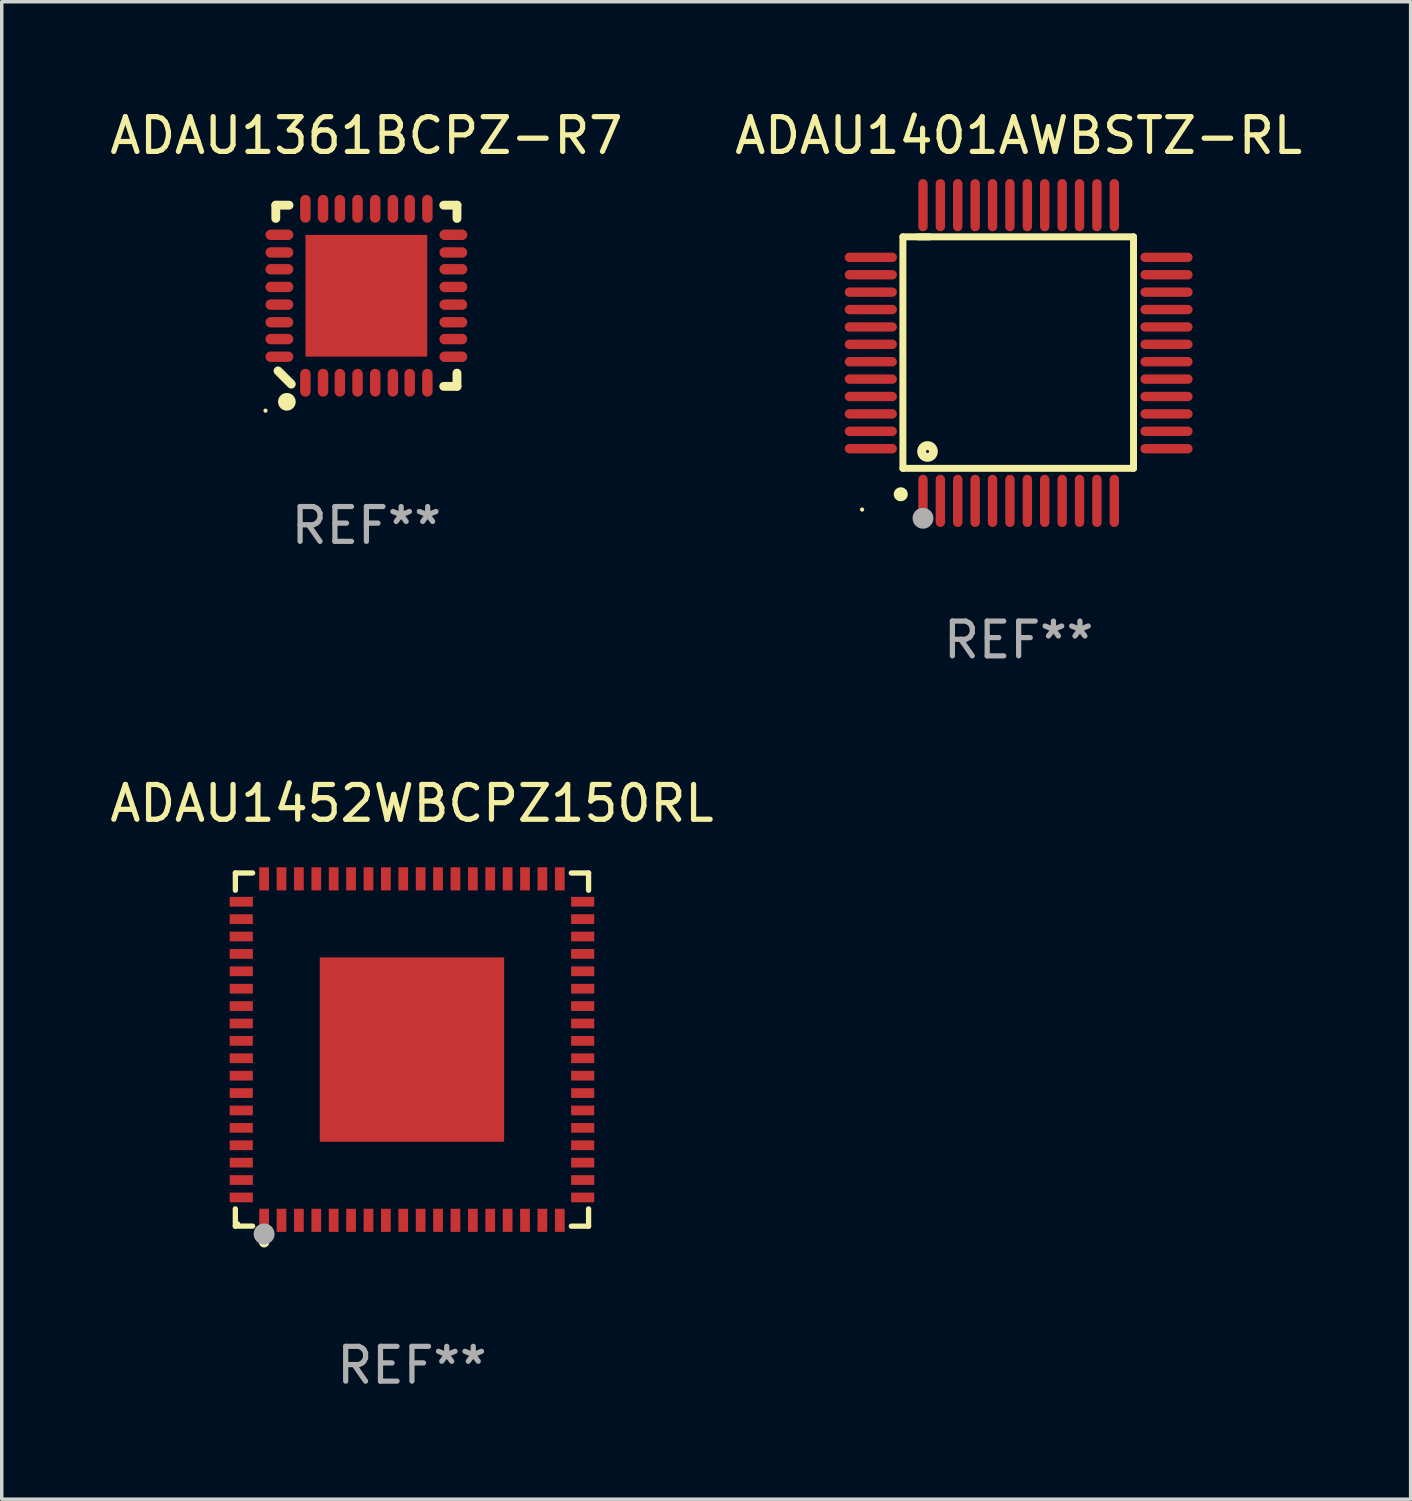
<source format=kicad_pcb>
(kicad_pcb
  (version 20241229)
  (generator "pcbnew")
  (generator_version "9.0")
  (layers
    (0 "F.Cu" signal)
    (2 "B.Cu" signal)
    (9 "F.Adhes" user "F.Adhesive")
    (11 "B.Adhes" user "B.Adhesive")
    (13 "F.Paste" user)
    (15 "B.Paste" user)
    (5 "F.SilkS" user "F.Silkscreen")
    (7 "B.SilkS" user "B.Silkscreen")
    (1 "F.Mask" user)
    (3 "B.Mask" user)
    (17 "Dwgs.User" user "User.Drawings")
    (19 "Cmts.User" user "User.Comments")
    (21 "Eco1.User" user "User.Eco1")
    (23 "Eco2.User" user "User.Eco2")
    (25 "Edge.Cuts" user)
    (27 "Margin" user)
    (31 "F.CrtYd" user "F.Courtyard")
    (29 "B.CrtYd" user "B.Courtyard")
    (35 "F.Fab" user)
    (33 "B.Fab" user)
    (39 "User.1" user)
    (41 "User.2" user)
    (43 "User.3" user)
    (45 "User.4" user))
  (footprint "ADAU1361BCPZ-R7"
    (layer "F.Cu")
    (at 7.482 5.452)
    (property "Reference" "ADAU1361BCPZ-R7" (at 0 -4.604 0) (layer "F.SilkS") (effects (font (size 1 1) (thickness 0.15))))
    (attr through_hole)
    (fp_line (start -2.604 -2.604) (end -2.604 -2.223) (stroke (width 0.254) (type solid)) (layer "F.SilkS"))
    (fp_line (start -2.54 2.159) (end -2.159 2.54) (stroke (width 0.254) (type solid)) (layer "F.SilkS"))
    (fp_line (start -2.223 -2.604) (end -2.604 -2.604) (stroke (width 0.254) (type solid)) (layer "F.SilkS"))
    (fp_line (start 2.223 2.604) (end 2.604 2.604) (stroke (width 0.254) (type solid)) (layer "F.SilkS"))
    (fp_line (start 2.604 -2.604) (end 2.223 -2.604) (stroke (width 0.254) (type solid)) (layer "F.SilkS"))
    (fp_line (start 2.604 -2.223) (end 2.604 -2.604) (stroke (width 0.254) (type solid)) (layer "F.SilkS"))
    (fp_line (start 2.604 2.604) (end 2.604 2.223) (stroke (width 0.254) (type solid)) (layer "F.SilkS"))
    (fp_circle (center -2.9 3.302) (end -2.87 3.302) (stroke (width 0.06) (type solid)) (fill no) (layer "F.SilkS"))
    (fp_circle (center -2.286 3.048) (end -2.159 3.048) (stroke (width 0.254) (type solid)) (fill no) (layer "F.SilkS"))
    (fp_text user "REF**" (at 0 6.604 0) (layer "F.Fab") (effects (font (size 1 1) (thickness 0.15))))
    (pad "1" smd oval (at -1.753 2.5 90) (size 0.8 0.3) (layers "F.Cu" "F.Mask" "F.Paste"))
    (pad "2" smd oval (at -1.245 2.5 90) (size 0.8 0.3) (layers "F.Cu" "F.Mask" "F.Paste"))
    (pad "3" smd oval (at -0.762 2.5 90) (size 0.8 0.3) (layers "F.Cu" "F.Mask" "F.Paste"))
    (pad "4" smd oval (at -0.254 2.5 90) (size 0.8 0.3) (layers "F.Cu" "F.Mask" "F.Paste"))
    (pad "5" smd oval (at 0.254 2.5 90) (size 0.8 0.3) (layers "F.Cu" "F.Mask" "F.Paste"))
    (pad "6" smd oval (at 0.762 2.5 90) (size 0.8 0.3) (layers "F.Cu" "F.Mask" "F.Paste"))
    (pad "7" smd oval (at 1.245 2.5 90) (size 0.8 0.3) (layers "F.Cu" "F.Mask" "F.Paste"))
    (pad "8" smd oval (at 1.753 2.5 90) (size 0.8 0.3) (layers "F.Cu" "F.Mask" "F.Paste"))
    (pad "9" smd oval (at 2.5 1.753 180) (size 0.8 0.3) (layers "F.Cu" "F.Mask" "F.Paste"))
    (pad "10" smd oval (at 2.5 1.245 180) (size 0.8 0.3) (layers "F.Cu" "F.Mask" "F.Paste"))
    (pad "11" smd oval (at 2.5 0.762 180) (size 0.8 0.3) (layers "F.Cu" "F.Mask" "F.Paste"))
    (pad "12" smd oval (at 2.5 0.254 180) (size 0.8 0.3) (layers "F.Cu" "F.Mask" "F.Paste"))
    (pad "13" smd oval (at 2.5 -0.254 180) (size 0.8 0.3) (layers "F.Cu" "F.Mask" "F.Paste"))
    (pad "14" smd oval (at 2.5 -0.762 180) (size 0.8 0.3) (layers "F.Cu" "F.Mask" "F.Paste"))
    (pad "15" smd oval (at 2.5 -1.245 180) (size 0.8 0.3) (layers "F.Cu" "F.Mask" "F.Paste"))
    (pad "16" smd oval (at 2.5 -1.753 180) (size 0.8 0.3) (layers "F.Cu" "F.Mask" "F.Paste"))
    (pad "17" smd oval (at 1.753 -2.5 270) (size 0.8 0.3) (layers "F.Cu" "F.Mask" "F.Paste"))
    (pad "18" smd oval (at 1.245 -2.5 270) (size 0.8 0.3) (layers "F.Cu" "F.Mask" "F.Paste"))
    (pad "19" smd oval (at 0.762 -2.5 270) (size 0.8 0.3) (layers "F.Cu" "F.Mask" "F.Paste"))
    (pad "20" smd oval (at 0.254 -2.5 270) (size 0.8 0.3) (layers "F.Cu" "F.Mask" "F.Paste"))
    (pad "21" smd oval (at -0.254 -2.5 270) (size 0.8 0.3) (layers "F.Cu" "F.Mask" "F.Paste"))
    (pad "22" smd oval (at -0.762 -2.5 270) (size 0.8 0.3) (layers "F.Cu" "F.Mask" "F.Paste"))
    (pad "23" smd oval (at -1.245 -2.5 270) (size 0.8 0.3) (layers "F.Cu" "F.Mask" "F.Paste"))
    (pad "24" smd oval (at -1.753 -2.5 270) (size 0.8 0.3) (layers "F.Cu" "F.Mask" "F.Paste"))
    (pad "25" smd oval (at -2.5 -1.753) (size 0.8 0.3) (layers "F.Cu" "F.Mask" "F.Paste"))
    (pad "26" smd oval (at -2.5 -1.245) (size 0.8 0.3) (layers "F.Cu" "F.Mask" "F.Paste"))
    (pad "27" smd oval (at -2.5 -0.762) (size 0.8 0.3) (layers "F.Cu" "F.Mask" "F.Paste"))
    (pad "28" smd oval (at -2.5 -0.254) (size 0.8 0.3) (layers "F.Cu" "F.Mask" "F.Paste"))
    (pad "29" smd oval (at -2.5 0.254) (size 0.8 0.3) (layers "F.Cu" "F.Mask" "F.Paste"))
    (pad "30" smd oval (at -2.5 0.762) (size 0.8 0.3) (layers "F.Cu" "F.Mask" "F.Paste"))
    (pad "31" smd oval (at -2.5 1.245) (size 0.8 0.3) (layers "F.Cu" "F.Mask" "F.Paste"))
    (pad "32" smd oval (at -2.5 1.753) (size 0.8 0.3) (layers "F.Cu" "F.Mask" "F.Paste"))
    (pad "33" smd rect (at 0 -0.000025 90) (size 3.5 3.5) (layers "F.Cu" "F.Mask" "F.Paste")))
  (footprint "ADAU1452WBCPZ150RL"
    (layer "F.Cu")
    (at 8.792 27.121)
    (property "Reference" "ADAU1452WBCPZ150RL" (at 0 -7.076 0) (layer "F.SilkS") (effects (font (size 1 1) (thickness 0.15))))
    (attr through_hole)
    (fp_line (start -5.077 4.58) (end -5.077 5.075) (stroke (width 0.152) (type solid)) (layer "F.SilkS"))
    (fp_line (start -5.077 5.075) (end -4.581 5.075) (stroke (width 0.152) (type solid)) (layer "F.SilkS"))
    (fp_line (start -5.076 -5.076) (end -4.58 -5.076) (stroke (width 0.152) (type solid)) (layer "F.SilkS"))
    (fp_line (start -5.076 -4.58) (end -5.076 -5.076) (stroke (width 0.152) (type solid)) (layer "F.SilkS"))
    (fp_line (start 5.077 -5.076) (end 4.581 -5.076) (stroke (width 0.152) (type solid)) (layer "F.SilkS"))
    (fp_line (start 5.077 -4.58) (end 5.077 -5.076) (stroke (width 0.152) (type solid)) (layer "F.SilkS"))
    (fp_line (start 5.077 4.58) (end 5.077 5.076) (stroke (width 0.152) (type solid)) (layer "F.SilkS"))
    (fp_line (start 5.077 5.076) (end 4.581 5.076) (stroke (width 0.152) (type solid)) (layer "F.SilkS"))
    (fp_circle (center -5 5) (end -4.97 5) (stroke (width 0.06) (type solid)) (fill no) (layer "F.SilkS"))
    (fp_circle (center -4.25 5.54) (end -4.175 5.54) (stroke (width 0.15) (type solid)) (fill no) (layer "F.SilkS"))
    (fp_circle (center -4.25 5.3) (end -4.099 5.3) (stroke (width 0.3) (type solid)) (fill no) (layer "F.Fab"))
    (fp_text user "REF**" (at 0 9.076 0) (layer "F.Fab") (effects (font (size 1 1) (thickness 0.15))))
    (pad "1" smd rect (at -4.25 4.908) (size 0.28 0.665) (layers "F.Cu" "F.Mask" "F.Paste"))
    (pad "2" smd rect (at -3.75 4.908) (size 0.28 0.665) (layers "F.Cu" "F.Mask" "F.Paste"))
    (pad "3" smd rect (at -3.25 4.908) (size 0.28 0.665) (layers "F.Cu" "F.Mask" "F.Paste"))
    (pad "4" smd rect (at -2.75 4.908) (size 0.28 0.665) (layers "F.Cu" "F.Mask" "F.Paste"))
    (pad "5" smd rect (at -2.25 4.908) (size 0.28 0.665) (layers "F.Cu" "F.Mask" "F.Paste"))
    (pad "6" smd rect (at -1.75 4.908) (size 0.28 0.665) (layers "F.Cu" "F.Mask" "F.Paste"))
    (pad "7" smd rect (at -1.25 4.908) (size 0.28 0.665) (layers "F.Cu" "F.Mask" "F.Paste"))
    (pad "8" smd rect (at -0.75 4.908) (size 0.28 0.665) (layers "F.Cu" "F.Mask" "F.Paste"))
    (pad "9" smd rect (at -0.25 4.908) (size 0.28 0.665) (layers "F.Cu" "F.Mask" "F.Paste"))
    (pad "10" smd rect (at 0.25 4.908) (size 0.28 0.665) (layers "F.Cu" "F.Mask" "F.Paste"))
    (pad "11" smd rect (at 0.75 4.908) (size 0.28 0.665) (layers "F.Cu" "F.Mask" "F.Paste"))
    (pad "12" smd rect (at 1.25 4.908) (size 0.28 0.665) (layers "F.Cu" "F.Mask" "F.Paste"))
    (pad "13" smd rect (at 1.75 4.908) (size 0.28 0.665) (layers "F.Cu" "F.Mask" "F.Paste"))
    (pad "14" smd rect (at 2.25 4.908) (size 0.28 0.665) (layers "F.Cu" "F.Mask" "F.Paste"))
    (pad "15" smd rect (at 2.75 4.908) (size 0.28 0.665) (layers "F.Cu" "F.Mask" "F.Paste"))
    (pad "16" smd rect (at 3.25 4.908) (size 0.28 0.665) (layers "F.Cu" "F.Mask" "F.Paste"))
    (pad "17" smd rect (at 3.75 4.908) (size 0.28 0.665) (layers "F.Cu" "F.Mask" "F.Paste"))
    (pad "18" smd rect (at 4.25 4.908) (size 0.28 0.665) (layers "F.Cu" "F.Mask" "F.Paste"))
    (pad "19" smd rect (at 4.908 4.25) (size 0.665 0.28) (layers "F.Cu" "F.Mask" "F.Paste"))
    (pad "20" smd rect (at 4.908 3.75) (size 0.665 0.28) (layers "F.Cu" "F.Mask" "F.Paste"))
    (pad "21" smd rect (at 4.908 3.25) (size 0.665 0.28) (layers "F.Cu" "F.Mask" "F.Paste"))
    (pad "22" smd rect (at 4.908 2.75) (size 0.665 0.28) (layers "F.Cu" "F.Mask" "F.Paste"))
    (pad "23" smd rect (at 4.908 2.25) (size 0.665 0.28) (layers "F.Cu" "F.Mask" "F.Paste"))
    (pad "24" smd rect (at 4.908 1.75) (size 0.665 0.28) (layers "F.Cu" "F.Mask" "F.Paste"))
    (pad "25" smd rect (at 4.908 1.25) (size 0.665 0.28) (layers "F.Cu" "F.Mask" "F.Paste"))
    (pad "26" smd rect (at 4.908 0.75) (size 0.665 0.28) (layers "F.Cu" "F.Mask" "F.Paste"))
    (pad "27" smd rect (at 4.908 0.25) (size 0.665 0.28) (layers "F.Cu" "F.Mask" "F.Paste"))
    (pad "28" smd rect (at 4.908 -0.25) (size 0.665 0.28) (layers "F.Cu" "F.Mask" "F.Paste"))
    (pad "29" smd rect (at 4.908 -0.75) (size 0.665 0.28) (layers "F.Cu" "F.Mask" "F.Paste"))
    (pad "30" smd rect (at 4.908 -1.25) (size 0.665 0.28) (layers "F.Cu" "F.Mask" "F.Paste"))
    (pad "31" smd rect (at 4.908 -1.75) (size 0.665 0.28) (layers "F.Cu" "F.Mask" "F.Paste"))
    (pad "32" smd rect (at 4.908 -2.25) (size 0.665 0.28) (layers "F.Cu" "F.Mask" "F.Paste"))
    (pad "33" smd rect (at 4.908 -2.75) (size 0.665 0.28) (layers "F.Cu" "F.Mask" "F.Paste"))
    (pad "34" smd rect (at 4.908 -3.25) (size 0.665 0.28) (layers "F.Cu" "F.Mask" "F.Paste"))
    (pad "35" smd rect (at 4.908 -3.75) (size 0.665 0.28) (layers "F.Cu" "F.Mask" "F.Paste"))
    (pad "36" smd rect (at 4.908 -4.25) (size 0.665 0.28) (layers "F.Cu" "F.Mask" "F.Paste"))
    (pad "37" smd rect (at 4.25 -4.908) (size 0.28 0.665) (layers "F.Cu" "F.Mask" "F.Paste"))
    (pad "38" smd rect (at 3.75 -4.908) (size 0.28 0.665) (layers "F.Cu" "F.Mask" "F.Paste"))
    (pad "39" smd rect (at 3.25 -4.908) (size 0.28 0.665) (layers "F.Cu" "F.Mask" "F.Paste"))
    (pad "40" smd rect (at 2.75 -4.908) (size 0.28 0.665) (layers "F.Cu" "F.Mask" "F.Paste"))
    (pad "41" smd rect (at 2.25 -4.908) (size 0.28 0.665) (layers "F.Cu" "F.Mask" "F.Paste"))
    (pad "42" smd rect (at 1.75 -4.908) (size 0.28 0.665) (layers "F.Cu" "F.Mask" "F.Paste"))
    (pad "43" smd rect (at 1.25 -4.908) (size 0.28 0.665) (layers "F.Cu" "F.Mask" "F.Paste"))
    (pad "44" smd rect (at 0.75 -4.908) (size 0.28 0.665) (layers "F.Cu" "F.Mask" "F.Paste"))
    (pad "45" smd rect (at 0.25 -4.908) (size 0.28 0.665) (layers "F.Cu" "F.Mask" "F.Paste"))
    (pad "46" smd rect (at -0.25 -4.908) (size 0.28 0.665) (layers "F.Cu" "F.Mask" "F.Paste"))
    (pad "47" smd rect (at -0.75 -4.908) (size 0.28 0.665) (layers "F.Cu" "F.Mask" "F.Paste"))
    (pad "48" smd rect (at -1.25 -4.908) (size 0.28 0.665) (layers "F.Cu" "F.Mask" "F.Paste"))
    (pad "49" smd rect (at -1.75 -4.908) (size 0.28 0.665) (layers "F.Cu" "F.Mask" "F.Paste"))
    (pad "50" smd rect (at -2.25 -4.908) (size 0.28 0.665) (layers "F.Cu" "F.Mask" "F.Paste"))
    (pad "51" smd rect (at -2.75 -4.908) (size 0.28 0.665) (layers "F.Cu" "F.Mask" "F.Paste"))
    (pad "52" smd rect (at -3.25 -4.908) (size 0.28 0.665) (layers "F.Cu" "F.Mask" "F.Paste"))
    (pad "53" smd rect (at -3.75 -4.908) (size 0.28 0.665) (layers "F.Cu" "F.Mask" "F.Paste"))
    (pad "54" smd rect (at -4.25 -4.908) (size 0.28 0.665) (layers "F.Cu" "F.Mask" "F.Paste"))
    (pad "55" smd rect (at -4.907 -4.25) (size 0.665 0.28) (layers "F.Cu" "F.Mask" "F.Paste"))
    (pad "56" smd rect (at -4.907 -3.75) (size 0.665 0.28) (layers "F.Cu" "F.Mask" "F.Paste"))
    (pad "57" smd rect (at -4.907 -3.25) (size 0.665 0.28) (layers "F.Cu" "F.Mask" "F.Paste"))
    (pad "58" smd rect (at -4.907 -2.75) (size 0.665 0.28) (layers "F.Cu" "F.Mask" "F.Paste"))
    (pad "59" smd rect (at -4.907 -2.25) (size 0.665 0.28) (layers "F.Cu" "F.Mask" "F.Paste"))
    (pad "60" smd rect (at -4.907 -1.75) (size 0.665 0.28) (layers "F.Cu" "F.Mask" "F.Paste"))
    (pad "61" smd rect (at -4.907 -1.25) (size 0.665 0.28) (layers "F.Cu" "F.Mask" "F.Paste"))
    (pad "62" smd rect (at -4.907 -0.75) (size 0.665 0.28) (layers "F.Cu" "F.Mask" "F.Paste"))
    (pad "63" smd rect (at -4.907 -0.25) (size 0.665 0.28) (layers "F.Cu" "F.Mask" "F.Paste"))
    (pad "64" smd rect (at -4.907 0.25) (size 0.665 0.28) (layers "F.Cu" "F.Mask" "F.Paste"))
    (pad "65" smd rect (at -4.907 0.75) (size 0.665 0.28) (layers "F.Cu" "F.Mask" "F.Paste"))
    (pad "66" smd rect (at -4.907 1.25) (size 0.665 0.28) (layers "F.Cu" "F.Mask" "F.Paste"))
    (pad "67" smd rect (at -4.907 1.75) (size 0.665 0.28) (layers "F.Cu" "F.Mask" "F.Paste"))
    (pad "68" smd rect (at -4.907 2.25) (size 0.665 0.28) (layers "F.Cu" "F.Mask" "F.Paste"))
    (pad "69" smd rect (at -4.907 2.75) (size 0.665 0.28) (layers "F.Cu" "F.Mask" "F.Paste"))
    (pad "70" smd rect (at -4.907 3.25) (size 0.665 0.28) (layers "F.Cu" "F.Mask" "F.Paste"))
    (pad "71" smd rect (at -4.907 3.75) (size 0.665 0.28) (layers "F.Cu" "F.Mask" "F.Paste"))
    (pad "72" smd rect (at -4.907 4.25) (size 0.665 0.28) (layers "F.Cu" "F.Mask" "F.Paste"))
    (pad "73" smd rect (at 0.000381 0.000025) (size 5.3 5.3) (layers "F.Cu" "F.Mask" "F.Paste")))
  (footprint "ADAU1401AWBSTZ-RL"
    (layer "F.Cu")
    (at 26.232 7.098)
    (property "Reference" "ADAU1401AWBSTZ-RL" (at 0 -6.25 0) (layer "F.SilkS") (effects (font (size 1 1) (thickness 0.15))))
    (attr through_hole)
    (fp_line (start -3.327 -3.34) (end -2.565 -3.34) (stroke (width 0.2) (type solid)) (layer "F.SilkS"))
    (fp_line (start -3.327 3.315) (end -3.327 -3.34) (stroke (width 0.2) (type solid)) (layer "F.SilkS"))
    (fp_line (start -2.896 -3.34) (end 3.302 -3.34) (stroke (width 0.2) (type solid)) (layer "F.SilkS"))
    (fp_line (start 3.302 -3.34) (end 3.302 3.315) (stroke (width 0.2) (type solid)) (layer "F.SilkS"))
    (fp_line (start 3.302 3.315) (end -3.327 3.315) (stroke (width 0.2) (type solid)) (layer "F.SilkS"))
    (fp_arc (start -3.389992 4.059995) (mid -3.388722 4.059991) (end -3.387452 4.059995) (stroke (width 0.4) (type solid)) (layer "F.SilkS"))
    (fp_circle (center -4.5 4.5) (end -4.47 4.5) (stroke (width 0.06) (type solid)) (fill no) (layer "F.SilkS"))
    (fp_circle (center -2.62 2.83) (end -2.45 2.83) (stroke (width 0.254) (type solid)) (fill no) (layer "F.SilkS"))
    (fp_circle (center -2.75 4.75) (end -2.6 4.75) (stroke (width 0.3) (type solid)) (fill no) (layer "F.Fab"))
    (fp_text user "REF**" (at 0 8.25 0) (layer "F.Fab") (effects (font (size 1 1) (thickness 0.15))))
    (pad "1" smd oval (at -2.75 4.25) (size 0.27 1.5) (layers "F.Cu" "F.Mask" "F.Paste"))
    (pad "2" smd oval (at -2.25 4.25) (size 0.27 1.5) (layers "F.Cu" "F.Mask" "F.Paste"))
    (pad "3" smd oval (at -1.75 4.25) (size 0.27 1.5) (layers "F.Cu" "F.Mask" "F.Paste"))
    (pad "4" smd oval (at -1.25 4.25) (size 0.27 1.5) (layers "F.Cu" "F.Mask" "F.Paste"))
    (pad "5" smd oval (at -0.75 4.25) (size 0.27 1.5) (layers "F.Cu" "F.Mask" "F.Paste"))
    (pad "6" smd oval (at -0.25 4.25) (size 0.27 1.5) (layers "F.Cu" "F.Mask" "F.Paste"))
    (pad "7" smd oval (at 0.25 4.25) (size 0.27 1.5) (layers "F.Cu" "F.Mask" "F.Paste"))
    (pad "8" smd oval (at 0.75 4.25) (size 0.27 1.5) (layers "F.Cu" "F.Mask" "F.Paste"))
    (pad "9" smd oval (at 1.25 4.25) (size 0.27 1.5) (layers "F.Cu" "F.Mask" "F.Paste"))
    (pad "10" smd oval (at 1.75 4.25) (size 0.27 1.5) (layers "F.Cu" "F.Mask" "F.Paste"))
    (pad "11" smd oval (at 2.25 4.25) (size 0.27 1.5) (layers "F.Cu" "F.Mask" "F.Paste"))
    (pad "12" smd oval (at 2.75 4.25) (size 0.27 1.5) (layers "F.Cu" "F.Mask" "F.Paste"))
    (pad "13" smd oval (at 4.25 2.75) (size 1.5 0.27) (layers "F.Cu" "F.Mask" "F.Paste"))
    (pad "14" smd oval (at 4.25 2.25) (size 1.5 0.27) (layers "F.Cu" "F.Mask" "F.Paste"))
    (pad "15" smd oval (at 4.25 1.75) (size 1.5 0.27) (layers "F.Cu" "F.Mask" "F.Paste"))
    (pad "16" smd oval (at 4.25 1.25) (size 1.5 0.27) (layers "F.Cu" "F.Mask" "F.Paste"))
    (pad "17" smd oval (at 4.25 0.75) (size 1.5 0.27) (layers "F.Cu" "F.Mask" "F.Paste"))
    (pad "18" smd oval (at 4.25 0.25) (size 1.5 0.27) (layers "F.Cu" "F.Mask" "F.Paste"))
    (pad "19" smd oval (at 4.25 -0.25) (size 1.5 0.27) (layers "F.Cu" "F.Mask" "F.Paste"))
    (pad "20" smd oval (at 4.25 -0.75) (size 1.5 0.27) (layers "F.Cu" "F.Mask" "F.Paste"))
    (pad "21" smd oval (at 4.25 -1.25) (size 1.5 0.27) (layers "F.Cu" "F.Mask" "F.Paste"))
    (pad "22" smd oval (at 4.25 -1.75) (size 1.5 0.27) (layers "F.Cu" "F.Mask" "F.Paste"))
    (pad "23" smd oval (at 4.25 -2.25) (size 1.5 0.27) (layers "F.Cu" "F.Mask" "F.Paste"))
    (pad "24" smd oval (at 4.25 -2.75) (size 1.5 0.27) (layers "F.Cu" "F.Mask" "F.Paste"))
    (pad "25" smd oval (at 2.75 -4.25) (size 0.27 1.5) (layers "F.Cu" "F.Mask" "F.Paste"))
    (pad "26" smd oval (at 2.25 -4.25) (size 0.27 1.5) (layers "F.Cu" "F.Mask" "F.Paste"))
    (pad "27" smd oval (at 1.75 -4.25) (size 0.27 1.5) (layers "F.Cu" "F.Mask" "F.Paste"))
    (pad "28" smd oval (at 1.25 -4.25) (size 0.27 1.5) (layers "F.Cu" "F.Mask" "F.Paste"))
    (pad "29" smd oval (at 0.75 -4.25) (size 0.27 1.5) (layers "F.Cu" "F.Mask" "F.Paste"))
    (pad "30" smd oval (at 0.25 -4.25) (size 0.27 1.5) (layers "F.Cu" "F.Mask" "F.Paste"))
    (pad "31" smd oval (at -0.25 -4.25) (size 0.27 1.5) (layers "F.Cu" "F.Mask" "F.Paste"))
    (pad "32" smd oval (at -0.75 -4.25) (size 0.27 1.5) (layers "F.Cu" "F.Mask" "F.Paste"))
    (pad "33" smd oval (at -1.25 -4.25) (size 0.27 1.5) (layers "F.Cu" "F.Mask" "F.Paste"))
    (pad "34" smd oval (at -1.75 -4.25) (size 0.27 1.5) (layers "F.Cu" "F.Mask" "F.Paste"))
    (pad "35" smd oval (at -2.25 -4.25) (size 0.27 1.5) (layers "F.Cu" "F.Mask" "F.Paste"))
    (pad "36" smd oval (at -2.75 -4.25) (size 0.27 1.5) (layers "F.Cu" "F.Mask" "F.Paste"))
    (pad "37" smd oval (at -4.25 -2.75) (size 1.5 0.27) (layers "F.Cu" "F.Mask" "F.Paste"))
    (pad "38" smd oval (at -4.25 -2.25) (size 1.5 0.27) (layers "F.Cu" "F.Mask" "F.Paste"))
    (pad "39" smd oval (at -4.25 -1.75) (size 1.5 0.27) (layers "F.Cu" "F.Mask" "F.Paste"))
    (pad "40" smd oval (at -4.25 -1.25) (size 1.5 0.27) (layers "F.Cu" "F.Mask" "F.Paste"))
    (pad "41" smd oval (at -4.25 -0.75) (size 1.5 0.27) (layers "F.Cu" "F.Mask" "F.Paste"))
    (pad "42" smd oval (at -4.25 -0.25) (size 1.5 0.27) (layers "F.Cu" "F.Mask" "F.Paste"))
    (pad "43" smd oval (at -4.25 0.25) (size 1.5 0.27) (layers "F.Cu" "F.Mask" "F.Paste"))
    (pad "44" smd oval (at -4.25 0.75) (size 1.5 0.27) (layers "F.Cu" "F.Mask" "F.Paste"))
    (pad "45" smd oval (at -4.25 1.25) (size 1.5 0.27) (layers "F.Cu" "F.Mask" "F.Paste"))
    (pad "46" smd oval (at -4.25 1.75) (size 1.5 0.27) (layers "F.Cu" "F.Mask" "F.Paste"))
    (pad "47" smd oval (at -4.25 2.25) (size 1.5 0.27) (layers "F.Cu" "F.Mask" "F.Paste"))
    (pad "48" smd oval (at -4.25 2.75) (size 1.5 0.27) (layers "F.Cu" "F.Mask" "F.Paste")))
  (gr_rect
    (start -3 -3)
    (end 37.5 40.045)
    (stroke (width 0.1) (type default))
    (fill no)
    (layer "Edge.Cuts")))
</source>
